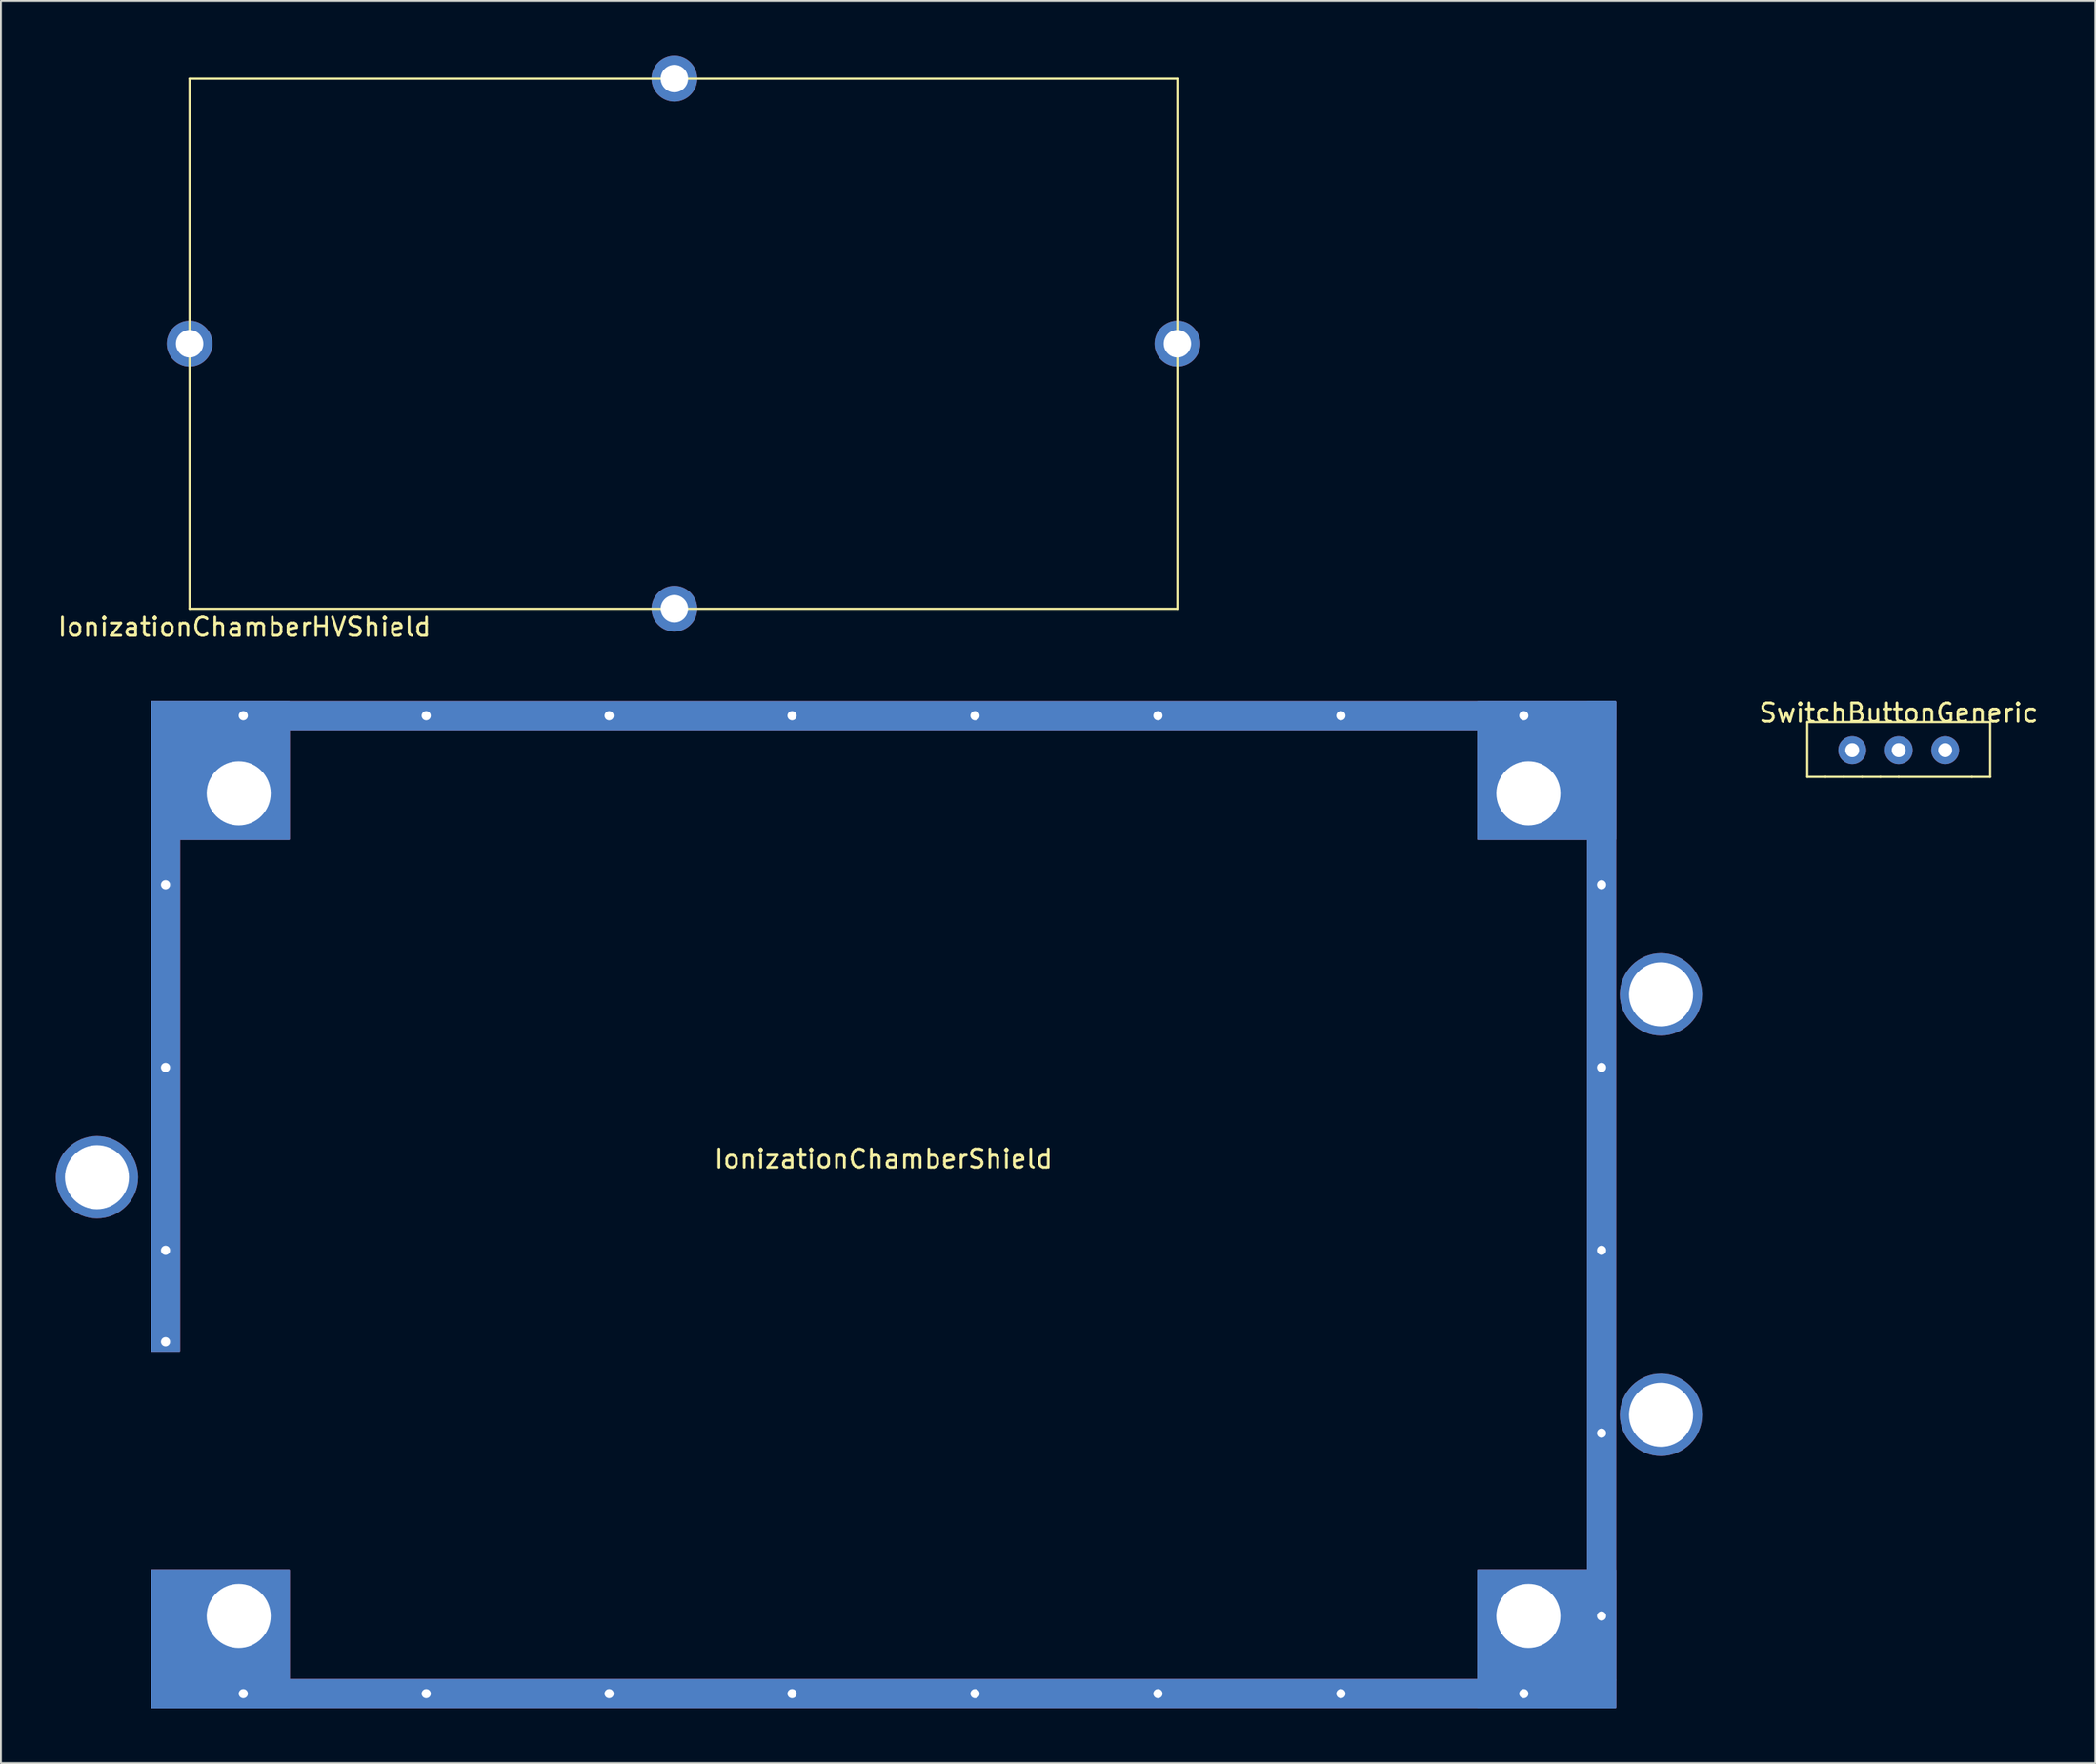
<source format=kicad_pcb>
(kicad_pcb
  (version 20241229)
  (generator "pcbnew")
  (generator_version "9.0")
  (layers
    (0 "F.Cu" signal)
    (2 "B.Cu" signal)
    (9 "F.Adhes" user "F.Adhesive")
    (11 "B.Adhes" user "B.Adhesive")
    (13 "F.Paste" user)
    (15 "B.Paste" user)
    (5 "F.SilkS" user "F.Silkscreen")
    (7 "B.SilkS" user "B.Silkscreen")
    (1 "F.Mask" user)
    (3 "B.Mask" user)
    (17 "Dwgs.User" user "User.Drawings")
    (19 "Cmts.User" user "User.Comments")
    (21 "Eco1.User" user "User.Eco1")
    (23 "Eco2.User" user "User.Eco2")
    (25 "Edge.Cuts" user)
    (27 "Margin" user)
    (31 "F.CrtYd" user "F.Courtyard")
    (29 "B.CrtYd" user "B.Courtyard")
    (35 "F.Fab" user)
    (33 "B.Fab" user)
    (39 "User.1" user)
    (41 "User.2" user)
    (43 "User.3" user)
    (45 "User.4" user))
  (footprint "SwitchButtonGeneric"
    (layer "F.Cu")
    (at 100.744 35.447)
    (property "Reference" "SwitchButtonGeneric" (at 0 0.5 0) (layer "F.SilkS") (effects (font (size 1 1) (thickness 0.15))))
    (attr through_hole)
    (fp_line (start -5 1) (end 4 1) (stroke (width 0.12) (type solid)) (layer "F.SilkS"))
    (fp_line (start -5 4) (end -5 1) (stroke (width 0.12) (type solid)) (layer "F.SilkS"))
    (fp_line (start -4 4) (end -5 4) (stroke (width 0.12) (type solid)) (layer "F.SilkS"))
    (fp_line (start -3 4) (end -4 4) (stroke (width 0.12) (type solid)) (layer "F.SilkS"))
    (fp_line (start -2 4) (end -3 4) (stroke (width 0.12) (type solid)) (layer "F.SilkS"))
    (fp_line (start -1 4) (end -2 4) (stroke (width 0.12) (type solid)) (layer "F.SilkS"))
    (fp_line (start 0 4) (end -1 4) (stroke (width 0.12) (type solid)) (layer "F.SilkS"))
    (fp_line (start 4 1) (end 5 1) (stroke (width 0.12) (type solid)) (layer "F.SilkS"))
    (fp_line (start 4 4) (end 0 4) (stroke (width 0.12) (type solid)) (layer "F.SilkS"))
    (fp_line (start 5 1) (end 5 4) (stroke (width 0.12) (type solid)) (layer "F.SilkS"))
    (fp_line (start 5 4) (end 4 4) (stroke (width 0.12) (type solid)) (layer "F.SilkS"))
    (pad "1" thru_hole circle (at -2.54 2.54) (size 1.524 1.524) (drill 0.762) (layers "*.Cu" "*.Mask"))
    (pad "2" thru_hole circle (at 0 2.54) (size 1.524 1.524) (drill 0.762) (layers "*.Cu" "*.Mask"))
    (pad "3" thru_hole circle (at 2.54 2.54) (size 1.524 1.524) (drill 0.762) (layers "*.Cu" "*.Mask")))
  (footprint "IonizationChamberShield"
    (layer "F.Cu")
    (at 5.25 35.348)
    (property "Reference" "IonizationChamberShield" (at 40 25 0) (layer "F.SilkS") (effects (font (size 1 1) (thickness 0.15))))
    (attr through_hole)
    (fp_poly (pts (xy 0 1.5) (xy 1.5 1.5) (xy 1.5 35.5) (xy 0 35.5)) (stroke (width 0.1) (type solid)) (fill yes) (layer "F.Cu"))
    (fp_poly (pts (xy 0 1.5) (xy 80 1.5) (xy 80 0) (xy 0 0)) (stroke (width 0.1) (type solid)) (fill yes) (layer "F.Cu"))
    (fp_poly (pts (xy 0 53.5) (xy 1.5 53.5) (xy 1.5 50) (xy 0 50)) (stroke (width 0.1) (type solid)) (fill yes) (layer "F.Cu"))
    (fp_poly (pts (xy 0 55) (xy 0 47.5) (xy 7.5 47.5) (xy 7.5 55)) (stroke (width 0.1) (type solid)) (fill yes) (layer "F.Cu"))
    (fp_poly (pts (xy 0 55) (xy 80 55) (xy 80 53.5) (xy 0 53.5)) (stroke (width 0.1) (type solid)) (fill yes) (layer "F.Cu"))
    (fp_poly (pts (xy 7.5 0) (xy 7.5 7.5) (xy 0 7.5) (xy 0 0)) (stroke (width 0.1) (type solid)) (fill yes) (layer "F.Cu"))
    (fp_poly (pts (xy 80 0) (xy 78.5 0) (xy 78.5 53.5) (xy 80 53.5)) (stroke (width 0.1) (type solid)) (fill yes) (layer "F.Cu"))
    (fp_poly (pts (xy 80 7.5) (xy 72.5 7.5) (xy 72.5 0) (xy 80 0)) (stroke (width 0.1) (type solid)) (fill yes) (layer "F.Cu"))
    (fp_poly (pts (xy 80 55) (xy 72.5 55) (xy 72.5 47.5) (xy 80 47.5)) (stroke (width 0.1) (type solid)) (fill yes) (layer "F.Cu"))
    (fp_poly (pts (xy 0 1.5) (xy 1.5 1.5) (xy 1.5 35.5) (xy 0 35.5)) (stroke (width 0.1) (type solid)) (fill yes) (layer "F.Mask"))
    (fp_poly (pts (xy 0 1.5) (xy 80 1.5) (xy 80 0) (xy 0 0)) (stroke (width 0.1) (type solid)) (fill yes) (layer "F.Mask"))
    (fp_poly (pts (xy 0 53.5) (xy 1.5 53.5) (xy 1.5 50) (xy 0 50)) (stroke (width 0.1) (type solid)) (fill yes) (layer "F.Mask"))
    (fp_poly (pts (xy 0 55) (xy 0 47.5) (xy 7.5 47.5) (xy 7.5 55)) (stroke (width 0.1) (type solid)) (fill yes) (layer "F.Mask"))
    (fp_poly (pts (xy 0 55) (xy 80 55) (xy 80 53.5) (xy 0 53.5)) (stroke (width 0.1) (type solid)) (fill yes) (layer "F.Mask"))
    (fp_poly (pts (xy 7.5 0) (xy 7.5 7.5) (xy 0 7.5) (xy 0 0)) (stroke (width 0.1) (type solid)) (fill yes) (layer "F.Mask"))
    (fp_poly (pts (xy 80 0) (xy 78.5 0) (xy 78.5 53.5) (xy 80 53.5)) (stroke (width 0.1) (type solid)) (fill yes) (layer "F.Mask"))
    (fp_poly (pts (xy 80 7.5) (xy 72.5 7.5) (xy 72.5 0) (xy 80 0)) (stroke (width 0.1) (type solid)) (fill yes) (layer "F.Mask"))
    (fp_poly (pts (xy 80 55) (xy 72.5 55) (xy 72.5 47.5) (xy 80 47.5)) (stroke (width 0.1) (type solid)) (fill yes) (layer "F.Mask"))
    (fp_poly (pts (xy 0 1.5) (xy 1.5 1.5) (xy 1.5 35.5) (xy 0 35.5)) (stroke (width 0.1) (type solid)) (fill yes) (layer "B.Cu"))
    (fp_poly (pts (xy 0 1.5) (xy 80 1.5) (xy 80 0) (xy 0 0)) (stroke (width 0.1) (type solid)) (fill yes) (layer "B.Cu"))
    (fp_poly (pts (xy 0 53.5) (xy 1.5 53.5) (xy 1.5 50) (xy 0 50)) (stroke (width 0.1) (type solid)) (fill yes) (layer "B.Cu"))
    (fp_poly (pts (xy 0 55) (xy 0 47.5) (xy 7.5 47.5) (xy 7.5 55)) (stroke (width 0.1) (type solid)) (fill yes) (layer "B.Cu"))
    (fp_poly (pts (xy 0 55) (xy 80 55) (xy 80 53.5) (xy 0 53.5)) (stroke (width 0.1) (type solid)) (fill yes) (layer "B.Cu"))
    (fp_poly (pts (xy 7.5 0) (xy 7.5 7.5) (xy 0 7.5) (xy 0 0)) (stroke (width 0.1) (type solid)) (fill yes) (layer "B.Cu"))
    (fp_poly (pts (xy 80 0) (xy 78.5 0) (xy 78.5 53.5) (xy 80 53.5)) (stroke (width 0.1) (type solid)) (fill yes) (layer "B.Cu"))
    (fp_poly (pts (xy 80 7.5) (xy 72.5 7.5) (xy 72.5 0) (xy 80 0)) (stroke (width 0.1) (type solid)) (fill yes) (layer "B.Cu"))
    (fp_poly (pts (xy 80 55) (xy 72.5 55) (xy 72.5 47.5) (xy 80 47.5)) (stroke (width 0.1) (type solid)) (fill yes) (layer "B.Cu"))
    (fp_poly (pts (xy 0 1.5) (xy 1.5 1.5) (xy 1.5 35.5) (xy 0 35.5)) (stroke (width 0.1) (type solid)) (fill yes) (layer "B.Mask"))
    (fp_poly (pts (xy 0 1.5) (xy 80 1.5) (xy 80 0) (xy 0 0)) (stroke (width 0.1) (type solid)) (fill yes) (layer "B.Mask"))
    (fp_poly (pts (xy 0 53.5) (xy 1.5 53.5) (xy 1.5 50) (xy 0 50)) (stroke (width 0.1) (type solid)) (fill yes) (layer "B.Mask"))
    (fp_poly (pts (xy 0 55) (xy 0 47.5) (xy 7.5 47.5) (xy 7.5 55)) (stroke (width 0.1) (type solid)) (fill yes) (layer "B.Mask"))
    (fp_poly (pts (xy 0 55) (xy 80 55) (xy 80 53.5) (xy 0 53.5)) (stroke (width 0.1) (type solid)) (fill yes) (layer "B.Mask"))
    (fp_poly (pts (xy 7.5 0) (xy 7.5 7.5) (xy 0 7.5) (xy 0 0)) (stroke (width 0.1) (type solid)) (fill yes) (layer "B.Mask"))
    (fp_poly (pts (xy 80 0) (xy 78.5 0) (xy 78.5 53.5) (xy 80 53.5)) (stroke (width 0.1) (type solid)) (fill yes) (layer "B.Mask"))
    (fp_poly (pts (xy 80 7.5) (xy 72.5 7.5) (xy 72.5 0) (xy 80 0)) (stroke (width 0.1) (type solid)) (fill yes) (layer "B.Mask"))
    (fp_poly (pts (xy 80 55) (xy 72.5 55) (xy 72.5 47.5) (xy 80 47.5)) (stroke (width 0.1) (type solid)) (fill yes) (layer "B.Mask"))
    (pad "" np_thru_hole circle (at -3 26) (size 4.5 4.5) (drill 3.5) (layers "*.Cu" "*.Mask"))
    (pad "" np_thru_hole circle (at 0.75 10) (size 1 1) (drill 0.5) (layers "*.Cu" "*.Mask"))
    (pad "" np_thru_hole circle (at 0.75 20) (size 1 1) (drill 0.5) (layers "*.Cu" "*.Mask"))
    (pad "" np_thru_hole circle (at 0.75 30) (size 1 1) (drill 0.5) (layers "*.Cu" "*.Mask"))
    (pad "" np_thru_hole circle (at 0.75 35) (size 1 1) (drill 0.5) (layers "*.Cu" "*.Mask"))
    (pad "" np_thru_hole circle (at 4.75 50) (size 4.5 4.5) (drill 3.5) (layers "*.Cu" "*.Mask"))
    (pad "" np_thru_hole circle (at 5 0.75) (size 1 1) (drill 0.5) (layers "*.Cu" "*.Mask"))
    (pad "" np_thru_hole circle (at 5 54.25) (size 1 1) (drill 0.5) (layers "*.Cu" "*.Mask"))
    (pad "" np_thru_hole circle (at 15 0.75) (size 1 1) (drill 0.5) (layers "*.Cu" "*.Mask"))
    (pad "" np_thru_hole circle (at 15 54.25) (size 1 1) (drill 0.5) (layers "*.Cu" "*.Mask"))
    (pad "" np_thru_hole circle (at 25 0.75) (size 1 1) (drill 0.5) (layers "*.Cu" "*.Mask"))
    (pad "" np_thru_hole circle (at 25 54.25) (size 1 1) (drill 0.5) (layers "*.Cu" "*.Mask"))
    (pad "" np_thru_hole circle (at 35 0.75) (size 1 1) (drill 0.5) (layers "*.Cu" "*.Mask"))
    (pad "" np_thru_hole circle (at 35 54.25) (size 1 1) (drill 0.5) (layers "*.Cu" "*.Mask"))
    (pad "" np_thru_hole circle (at 45 0.75) (size 1 1) (drill 0.5) (layers "*.Cu" "*.Mask"))
    (pad "" np_thru_hole circle (at 45 54.25) (size 1 1) (drill 0.5) (layers "*.Cu" "*.Mask"))
    (pad "" np_thru_hole circle (at 55 0.75) (size 1 1) (drill 0.5) (layers "*.Cu" "*.Mask"))
    (pad "" np_thru_hole circle (at 55 54.25) (size 1 1) (drill 0.5) (layers "*.Cu" "*.Mask"))
    (pad "" np_thru_hole circle (at 65 0.75) (size 1 1) (drill 0.5) (layers "*.Cu" "*.Mask"))
    (pad "" np_thru_hole circle (at 65 54.25) (size 1 1) (drill 0.5) (layers "*.Cu" "*.Mask"))
    (pad "" np_thru_hole circle (at 75 0.75) (size 1 1) (drill 0.5) (layers "*.Cu" "*.Mask"))
    (pad "" np_thru_hole circle (at 75 54.25) (size 1 1) (drill 0.5) (layers "*.Cu" "*.Mask"))
    (pad "" np_thru_hole circle (at 75.25 5) (size 4.5 4.5) (drill 3.5) (layers "*.Cu" "*.Mask"))
    (pad "" np_thru_hole circle (at 75.25 50) (size 4.5 4.5) (drill 3.5) (layers "*.Cu" "*.Mask"))
    (pad "" np_thru_hole circle (at 79.25 10) (size 1 1) (drill 0.5) (layers "*.Cu" "*.Mask"))
    (pad "" np_thru_hole circle (at 79.25 20) (size 1 1) (drill 0.5) (layers "*.Cu" "*.Mask"))
    (pad "" np_thru_hole circle (at 79.25 30) (size 1 1) (drill 0.5) (layers "*.Cu" "*.Mask"))
    (pad "" np_thru_hole circle (at 79.25 40) (size 1 1) (drill 0.5) (layers "*.Cu" "*.Mask"))
    (pad "" np_thru_hole circle (at 79.25 50) (size 1 1) (drill 0.5) (layers "*.Cu" "*.Mask"))
    (pad "" np_thru_hole circle (at 82.5 16) (size 4.5 4.5) (drill 3.5) (layers "*.Cu" "*.Mask"))
    (pad "" np_thru_hole circle (at 82.5 39) (size 4.5 4.5) (drill 3.5) (layers "*.Cu" "*.Mask"))
    (pad "1" thru_hole circle (at 4.75 5) (size 4.5 4.5) (drill 3.5) (layers "*.Cu" "*.Mask")))
  (footprint "IonizationChamberHVShield"
    (layer "F.Cu")
    (at 7.315 30.25)
    (property "Reference" "IonizationChamberHVShield" (at 3 1 0) (layer "F.SilkS") (effects (font (size 1 1) (thickness 0.15))))
    (attr through_hole)
    (fp_line (start 0 -29) (end 0 0) (stroke (width 0.12) (type solid)) (layer "F.SilkS"))
    (fp_line (start 0 0) (end 54 0) (stroke (width 0.12) (type solid)) (layer "F.SilkS"))
    (fp_line (start 54 -29) (end 0 -29) (stroke (width 0.12) (type solid)) (layer "F.SilkS"))
    (fp_line (start 54 0) (end 54 -29) (stroke (width 0.12) (type solid)) (layer "F.SilkS"))
    (pad "1" thru_hole circle (at 0 -14.5) (size 2.5 2.5) (drill 1.5) (layers "*.Cu" "*.Mask"))
    (pad "1" thru_hole circle (at 26.5 -29) (size 2.5 2.5) (drill 1.5) (layers "*.Cu" "*.Mask"))
    (pad "1" thru_hole circle (at 26.5 0) (size 2.5 2.5) (drill 1.5) (layers "*.Cu" "*.Mask"))
    (pad "1" thru_hole circle (at 54 -14.5) (size 2.5 2.5) (drill 1.5) (layers "*.Cu" "*.Mask")))
  (gr_rect
    (start -3 -3)
    (end 111.488 93.398)
    (stroke (width 0.1) (type default))
    (fill no)
    (layer "Edge.Cuts")))
</source>
